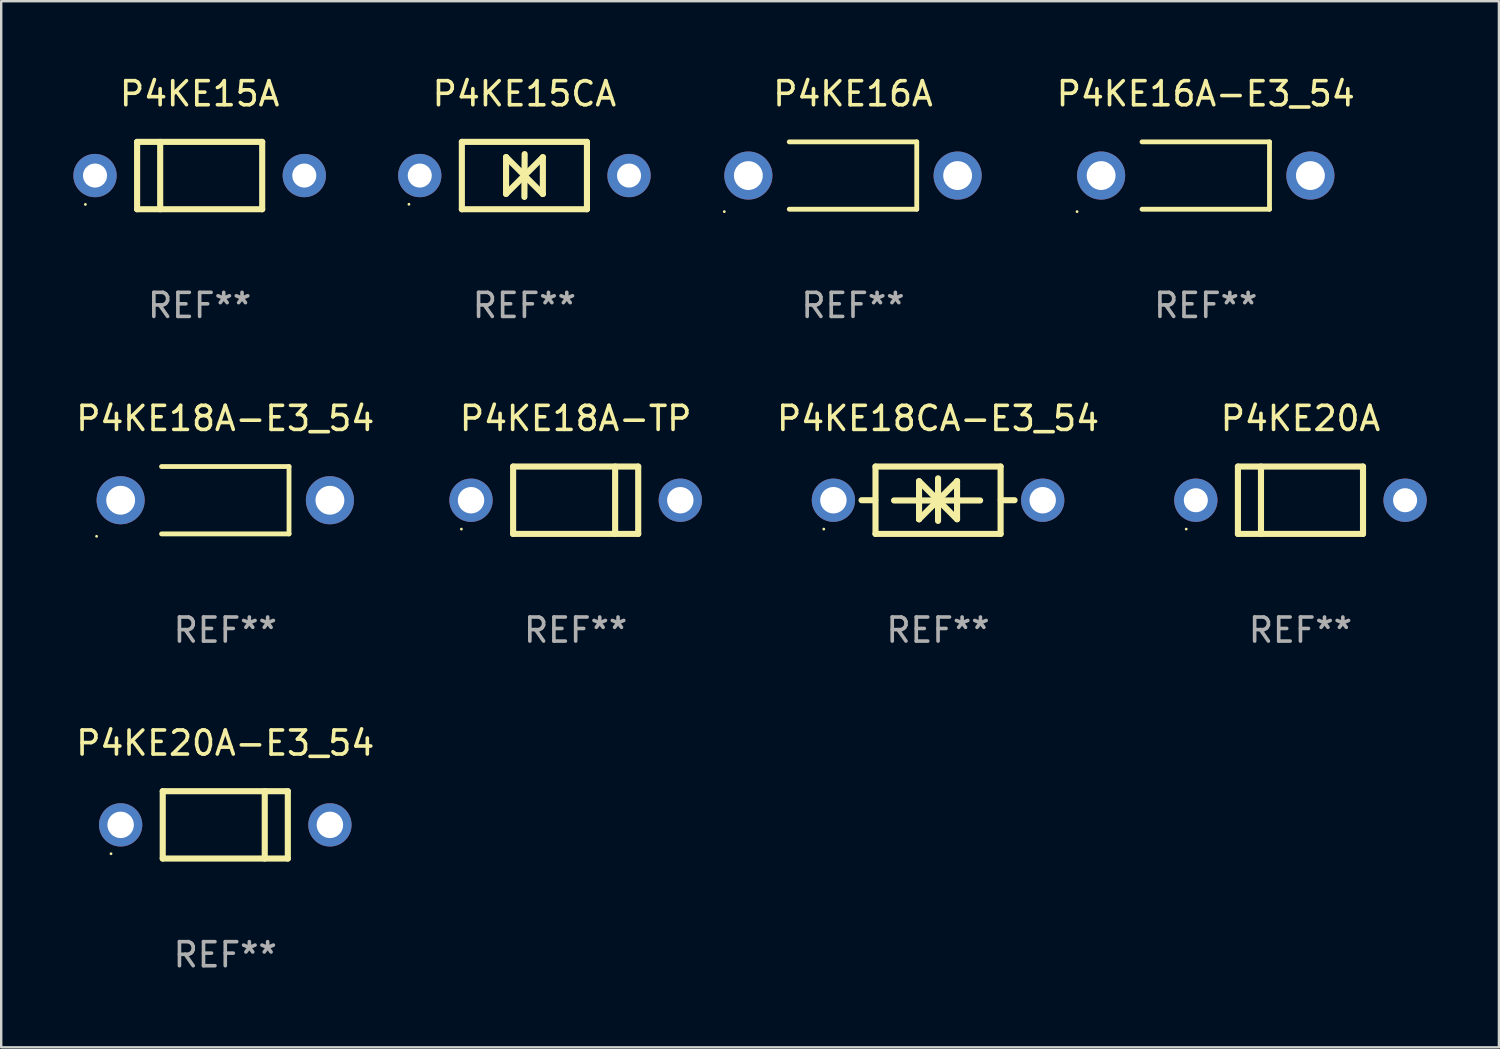
<source format=kicad_pcb>
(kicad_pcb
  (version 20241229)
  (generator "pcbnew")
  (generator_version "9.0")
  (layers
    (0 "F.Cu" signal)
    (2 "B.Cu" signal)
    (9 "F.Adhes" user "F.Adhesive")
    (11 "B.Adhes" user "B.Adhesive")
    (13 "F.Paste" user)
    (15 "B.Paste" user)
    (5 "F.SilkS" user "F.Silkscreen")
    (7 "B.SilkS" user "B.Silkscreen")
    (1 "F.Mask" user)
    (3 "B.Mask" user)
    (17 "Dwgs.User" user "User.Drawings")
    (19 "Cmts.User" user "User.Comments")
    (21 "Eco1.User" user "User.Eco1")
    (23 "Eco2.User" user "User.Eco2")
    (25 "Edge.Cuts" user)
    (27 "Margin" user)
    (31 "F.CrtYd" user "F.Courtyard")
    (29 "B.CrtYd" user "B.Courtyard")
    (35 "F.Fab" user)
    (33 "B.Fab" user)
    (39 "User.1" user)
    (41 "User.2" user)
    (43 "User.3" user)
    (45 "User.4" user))
  (footprint "P4KE18A-TP"
    (layer "F.Cu")
    (at 20.881 17.745)
    (property "Reference" "P4KE18A-TP" (at 0 -3.4 0) (layer "F.SilkS") (effects (font (size 1 1) (thickness 0.15))))
    (attr through_hole)
    (fp_line (start -2.6 1.4) (end -2.6 -1.4) (stroke (width 0.254) (type solid)) (layer "F.SilkS"))
    (fp_line (start 1.641 1.4) (end 1.641 -1.4) (stroke (width 0.254) (type solid)) (layer "F.SilkS"))
    (fp_line (start 2.6 -1.4) (end -2.6 -1.4) (stroke (width 0.254) (type solid)) (layer "F.SilkS"))
    (fp_line (start 2.6 1.4) (end -2.6 1.4) (stroke (width 0.254) (type solid)) (layer "F.SilkS"))
    (fp_line (start 2.6 1.4) (end 2.6 -1.4) (stroke (width 0.254) (type solid)) (layer "F.SilkS"))
    (fp_circle (center -4.75 1.2) (end -4.72 1.2) (stroke (width 0.06) (type solid)) (fill no) (layer "F.SilkS"))
    (fp_text user "REF**" (at 0 5.4 0) (layer "F.Fab") (effects (font (size 1 1) (thickness 0.15))))
    (pad "1" thru_hole circle (at -4.35 0) (size 1.8 1.8) (drill 1.1) (layers "*.Cu" "*.Mask"))
    (pad "2" thru_hole circle (at 4.35 0) (size 1.8 1.8) (drill 1.1) (layers "*.Cu" "*.Mask")))
  (footprint "P4KE18CA-E3_54"
    (layer "F.Cu")
    (at 35.946 17.745)
    (property "Reference" "P4KE18CA-E3_54" (at 0 -3.4 0) (layer "F.SilkS") (effects (font (size 1 1) (thickness 0.15))))
    (attr through_hole)
    (fp_line (start -2.61 0) (end -3.18 0) (stroke (width 0.254) (type solid)) (layer "F.SilkS"))
    (fp_line (start -2.6 1.4) (end -2.6 -1.4) (stroke (width 0.254) (type solid)) (layer "F.SilkS"))
    (fp_line (start -1.83 0.01) (end 1.75 0.01) (stroke (width 0.254) (type solid)) (layer "F.SilkS"))
    (fp_line (start -0.79 -0.79) (end -0.79 0.79) (stroke (width 0.254) (type solid)) (layer "F.SilkS"))
    (fp_line (start -0.79 0.79) (end -0.79 0.79) (stroke (width 0.254) (type solid)) (layer "F.SilkS"))
    (fp_line (start -0.79 0.79) (end 0.000025 0) (stroke (width 0.254) (type solid)) (layer "F.SilkS"))
    (fp_line (start 0 -0.91) (end 0 0.86) (stroke (width 0.254) (type solid)) (layer "F.SilkS"))
    (fp_line (start 0.000025 0) (end -0.79 -0.79) (stroke (width 0.254) (type solid)) (layer "F.SilkS"))
    (fp_line (start 0.000025 0) (end 0.79 0.79) (stroke (width 0.254) (type solid)) (layer "F.SilkS"))
    (fp_line (start 0.79 -0.79) (end 0.000025 0) (stroke (width 0.254) (type solid)) (layer "F.SilkS"))
    (fp_line (start 0.79 -0.79) (end 0.79 -0.79) (stroke (width 0.254) (type solid)) (layer "F.SilkS"))
    (fp_line (start 0.79 0.79) (end 0.79 -0.79) (stroke (width 0.254) (type solid)) (layer "F.SilkS"))
    (fp_line (start 2.6 -1.4) (end -2.6 -1.4) (stroke (width 0.254) (type solid)) (layer "F.SilkS"))
    (fp_line (start 2.6 1.4) (end -2.6 1.4) (stroke (width 0.254) (type solid)) (layer "F.SilkS"))
    (fp_line (start 2.6 1.4) (end 2.6 -1.4) (stroke (width 0.254) (type solid)) (layer "F.SilkS"))
    (fp_line (start 2.61 0) (end 3.18 0) (stroke (width 0.254) (type solid)) (layer "F.SilkS"))
    (fp_circle (center -4.75 1.2) (end -4.72 1.2) (stroke (width 0.06) (type solid)) (fill no) (layer "F.SilkS"))
    (fp_text user "REF**" (at 0 5.4 0) (layer "F.Fab") (effects (font (size 1 1) (thickness 0.15))))
    (pad "1" thru_hole circle (at -4.35 0) (size 1.8 1.8) (drill 1.1) (layers "*.Cu" "*.Mask"))
    (pad "2" thru_hole circle (at 4.35 0) (size 1.8 1.8) (drill 1.1) (layers "*.Cu" "*.Mask")))
  (footprint "P4KE16A-E3_54"
    (layer "F.Cu")
    (at 47.075 4.248)
    (property "Reference" "P4KE16A-E3_54" (at 0 -3.4 0) (layer "F.SilkS") (effects (font (size 1 1) (thickness 0.15))))
    (attr through_hole)
    (fp_line (start -2.65 1.4) (end 2.65 1.4) (stroke (width 0.2) (type solid)) (layer "F.SilkS"))
    (fp_line (start 2.65 -1.4) (end -2.65 -1.4) (stroke (width 0.2) (type solid)) (layer "F.SilkS"))
    (fp_line (start 2.65 1.4) (end 2.65 -1.4) (stroke (width 0.2) (type solid)) (layer "F.SilkS"))
    (fp_circle (center -5.35 1.5) (end -5.32 1.5) (stroke (width 0.06) (type solid)) (fill no) (layer "F.SilkS"))
    (fp_text user "REF**" (at 0 5.4 0) (layer "F.Fab") (effects (font (size 1 1) (thickness 0.15))))
    (pad "1" thru_hole circle (at -4.35 0) (size 2 2) (drill 1.2) (layers "*.Cu" "*.Mask"))
    (pad "2" thru_hole circle (at 4.35 0) (size 2 2) (drill 1.2) (layers "*.Cu" "*.Mask")))
  (footprint "P4KE18A-E3_54"
    (layer "F.Cu")
    (at 6.315 17.745)
    (property "Reference" "P4KE18A-E3_54" (at 0 -3.4 0) (layer "F.SilkS") (effects (font (size 1 1) (thickness 0.15))))
    (attr through_hole)
    (fp_line (start -2.65 1.4) (end 2.65 1.4) (stroke (width 0.2) (type solid)) (layer "F.SilkS"))
    (fp_line (start 2.65 -1.4) (end -2.65 -1.4) (stroke (width 0.2) (type solid)) (layer "F.SilkS"))
    (fp_line (start 2.65 1.4) (end 2.65 -1.4) (stroke (width 0.2) (type solid)) (layer "F.SilkS"))
    (fp_circle (center -5.35 1.5) (end -5.32 1.5) (stroke (width 0.06) (type solid)) (fill no) (layer "F.SilkS"))
    (fp_text user "REF**" (at 0 5.4 0) (layer "F.Fab") (effects (font (size 1 1) (thickness 0.15))))
    (pad "1" thru_hole circle (at -4.35 0) (size 2 2) (drill 1.2) (layers "*.Cu" "*.Mask"))
    (pad "2" thru_hole circle (at 4.35 0) (size 2 2) (drill 1.2) (layers "*.Cu" "*.Mask")))
  (footprint "P4KE15CA"
    (layer "F.Cu")
    (at 18.75 4.248)
    (property "Reference" "P4KE15CA" (at 0 -3.4 0) (layer "F.SilkS") (effects (font (size 1 1) (thickness 0.15))))
    (attr through_hole)
    (fp_line (start -2.6 1.4) (end -2.6 -1.4) (stroke (width 0.254) (type solid)) (layer "F.SilkS"))
    (fp_line (start -0.762 -0.762) (end -0.762 0.762) (stroke (width 0.254) (type solid)) (layer "F.SilkS"))
    (fp_line (start -0.762 0.762) (end 0.006 -0.006) (stroke (width 0.254) (type solid)) (layer "F.SilkS"))
    (fp_line (start -0.755 -0.762) (end -0.762 -0.762) (stroke (width 0.254) (type solid)) (layer "F.SilkS"))
    (fp_line (start -0.001 0.004) (end -0.001 0.095) (stroke (width 0.254) (type solid)) (layer "F.SilkS"))
    (fp_line (start 0 0) (end 0.761 0.761) (stroke (width 0.254) (type solid)) (layer "F.SilkS"))
    (fp_line (start 0 0.889) (end 0.01 -0.892) (stroke (width 0.254) (type solid)) (layer "F.SilkS"))
    (fp_line (start 0.005 -0.001) (end -0.755 -0.762) (stroke (width 0.254) (type solid)) (layer "F.SilkS"))
    (fp_line (start 0.006 -0.006) (end 0.006 -0.096) (stroke (width 0.254) (type solid)) (layer "F.SilkS"))
    (fp_line (start 0.761 0.761) (end 0.767 0.761) (stroke (width 0.254) (type solid)) (layer "F.SilkS"))
    (fp_line (start 0.767 -0.763) (end -0.001 0.004) (stroke (width 0.254) (type solid)) (layer "F.SilkS"))
    (fp_line (start 0.767 0.761) (end 0.767 -0.763) (stroke (width 0.254) (type solid)) (layer "F.SilkS"))
    (fp_line (start 2.6 -1.4) (end -2.6 -1.4) (stroke (width 0.254) (type solid)) (layer "F.SilkS"))
    (fp_line (start 2.6 1.4) (end -2.6 1.4) (stroke (width 0.254) (type solid)) (layer "F.SilkS"))
    (fp_line (start 2.6 1.4) (end 2.6 -1.4) (stroke (width 0.254) (type solid)) (layer "F.SilkS"))
    (fp_circle (center -4.8 1.194) (end -4.77 1.194) (stroke (width 0.06) (type solid)) (fill no) (layer "F.SilkS"))
    (fp_text user "REF**" (at 0 5.4 0) (layer "F.Fab") (effects (font (size 1 1) (thickness 0.15))))
    (pad "1" thru_hole circle (at -4.35 0) (size 1.8 1.8) (drill 1) (layers "*.Cu" "*.Mask"))
    (pad "2" thru_hole circle (at 4.35 0) (size 1.8 1.8) (drill 1) (layers "*.Cu" "*.Mask")))
  (footprint "P4KE20A-E3_54"
    (layer "F.Cu")
    (at 6.315 31.241)
    (property "Reference" "P4KE20A-E3_54" (at 0 -3.4 0) (layer "F.SilkS") (effects (font (size 1 1) (thickness 0.15))))
    (attr through_hole)
    (fp_line (start -2.6 1.4) (end -2.6 -1.4) (stroke (width 0.254) (type solid)) (layer "F.SilkS"))
    (fp_line (start 1.641 1.4) (end 1.641 -1.4) (stroke (width 0.254) (type solid)) (layer "F.SilkS"))
    (fp_line (start 2.6 -1.4) (end -2.6 -1.4) (stroke (width 0.254) (type solid)) (layer "F.SilkS"))
    (fp_line (start 2.6 1.4) (end -2.6 1.4) (stroke (width 0.254) (type solid)) (layer "F.SilkS"))
    (fp_line (start 2.6 1.4) (end 2.6 -1.4) (stroke (width 0.254) (type solid)) (layer "F.SilkS"))
    (fp_circle (center -4.75 1.2) (end -4.72 1.2) (stroke (width 0.06) (type solid)) (fill no) (layer "F.SilkS"))
    (fp_text user "REF**" (at 0 5.4 0) (layer "F.Fab") (effects (font (size 1 1) (thickness 0.15))))
    (pad "1" thru_hole circle (at -4.35 0) (size 1.8 1.8) (drill 1.1) (layers "*.Cu" "*.Mask"))
    (pad "2" thru_hole circle (at 4.35 0) (size 1.8 1.8) (drill 1.1) (layers "*.Cu" "*.Mask")))
  (footprint "P4KE16A"
    (layer "F.Cu")
    (at 32.41 4.248)
    (property "Reference" "P4KE16A" (at 0 -3.4 0) (layer "F.SilkS") (effects (font (size 1 1) (thickness 0.15))))
    (attr through_hole)
    (fp_line (start -2.65 1.4) (end 2.65 1.4) (stroke (width 0.2) (type solid)) (layer "F.SilkS"))
    (fp_line (start 2.65 -1.4) (end -2.65 -1.4) (stroke (width 0.2) (type solid)) (layer "F.SilkS"))
    (fp_line (start 2.65 1.4) (end 2.65 -1.4) (stroke (width 0.2) (type solid)) (layer "F.SilkS"))
    (fp_circle (center -5.35 1.5) (end -5.32 1.5) (stroke (width 0.06) (type solid)) (fill no) (layer "F.SilkS"))
    (fp_text user "REF**" (at 0 5.4 0) (layer "F.Fab") (effects (font (size 1 1) (thickness 0.15))))
    (pad "1" thru_hole circle (at -4.35 0) (size 2 2) (drill 1.2) (layers "*.Cu" "*.Mask"))
    (pad "2" thru_hole circle (at 4.35 0) (size 2 2) (drill 1.2) (layers "*.Cu" "*.Mask")))
  (footprint "P4KE20A"
    (layer "F.Cu")
    (at 51.012 17.745)
    (property "Reference" "P4KE20A" (at 0 -3.4 0) (layer "F.SilkS") (effects (font (size 1 1) (thickness 0.15))))
    (attr through_hole)
    (fp_line (start -2.6 -1.4) (end -2.6 1.4) (stroke (width 0.254) (type solid)) (layer "F.SilkS"))
    (fp_line (start -2.6 -1.4) (end 2.6 -1.4) (stroke (width 0.254) (type solid)) (layer "F.SilkS"))
    (fp_line (start -2.6 1.4) (end 2.6 1.4) (stroke (width 0.254) (type solid)) (layer "F.SilkS"))
    (fp_line (start -1.641 -1.4) (end -1.641 1.4) (stroke (width 0.254) (type solid)) (layer "F.SilkS"))
    (fp_line (start 2.6 -1.4) (end 2.6 1.4) (stroke (width 0.254) (type solid)) (layer "F.SilkS"))
    (fp_circle (center -4.75 1.2) (end -4.72 1.2) (stroke (width 0.06) (type solid)) (fill no) (layer "F.SilkS"))
    (fp_text user "REF**" (at 0 5.4 0) (layer "F.Fab") (effects (font (size 1 1) (thickness 0.15))))
    (pad "1" thru_hole circle (at -4.35 0) (size 1.8 1.8) (drill 1) (layers "*.Cu" "*.Mask"))
    (pad "2" thru_hole circle (at 4.35 0) (size 1.8 1.8) (drill 1) (layers "*.Cu" "*.Mask")))
  (footprint "P4KE15A"
    (layer "F.Cu")
    (at 5.25 4.248)
    (property "Reference" "P4KE15A" (at 0 -3.4 0) (layer "F.SilkS") (effects (font (size 1 1) (thickness 0.15))))
    (attr through_hole)
    (fp_line (start -2.6 -1.4) (end -2.6 1.4) (stroke (width 0.254) (type solid)) (layer "F.SilkS"))
    (fp_line (start -2.6 -1.4) (end 2.6 -1.4) (stroke (width 0.254) (type solid)) (layer "F.SilkS"))
    (fp_line (start -2.6 1.4) (end 2.6 1.4) (stroke (width 0.254) (type solid)) (layer "F.SilkS"))
    (fp_line (start -1.641 -1.4) (end -1.641 1.4) (stroke (width 0.254) (type solid)) (layer "F.SilkS"))
    (fp_line (start 2.6 -1.4) (end 2.6 1.4) (stroke (width 0.254) (type solid)) (layer "F.SilkS"))
    (fp_circle (center -4.75 1.2) (end -4.72 1.2) (stroke (width 0.06) (type solid)) (fill no) (layer "F.SilkS"))
    (fp_text user "REF**" (at 0 5.4 0) (layer "F.Fab") (effects (font (size 1 1) (thickness 0.15))))
    (pad "1" thru_hole circle (at -4.35 0) (size 1.8 1.8) (drill 1) (layers "*.Cu" "*.Mask"))
    (pad "2" thru_hole circle (at 4.35 0) (size 1.8 1.8) (drill 1) (layers "*.Cu" "*.Mask")))
  (gr_rect
    (start -3 -3)
    (end 59.262 40.49)
    (stroke (width 0.1) (type default))
    (fill no)
    (layer "Edge.Cuts")))
</source>
